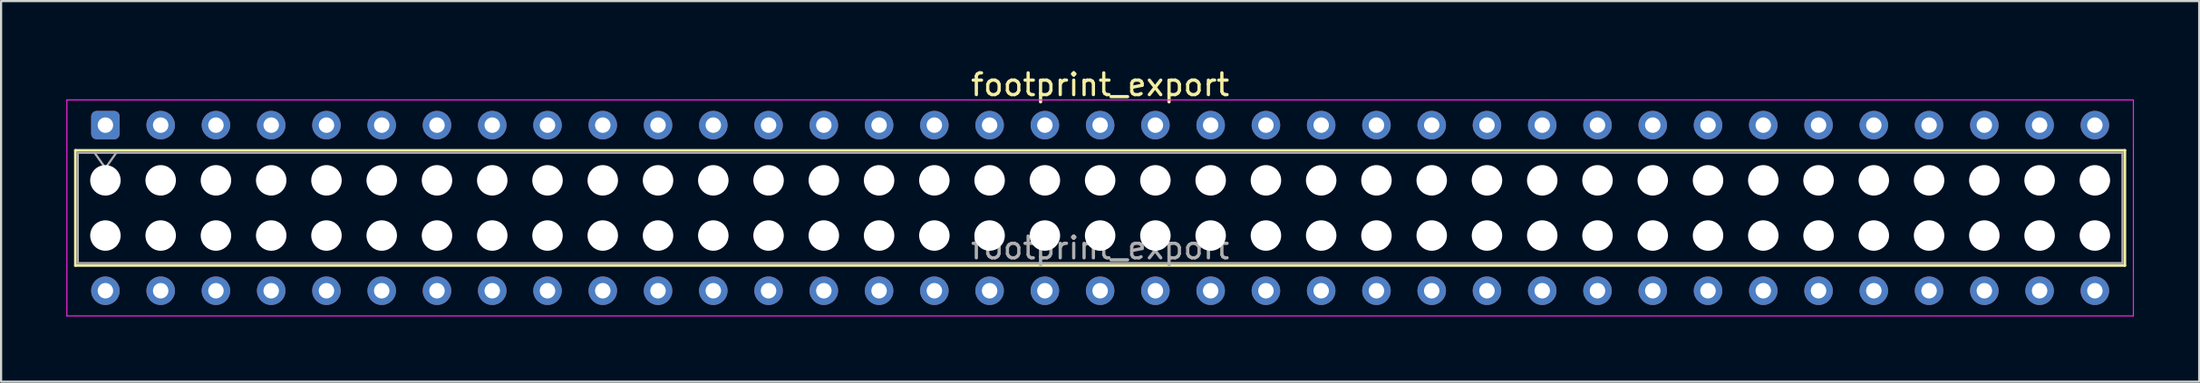
<source format=kicad_pcb>
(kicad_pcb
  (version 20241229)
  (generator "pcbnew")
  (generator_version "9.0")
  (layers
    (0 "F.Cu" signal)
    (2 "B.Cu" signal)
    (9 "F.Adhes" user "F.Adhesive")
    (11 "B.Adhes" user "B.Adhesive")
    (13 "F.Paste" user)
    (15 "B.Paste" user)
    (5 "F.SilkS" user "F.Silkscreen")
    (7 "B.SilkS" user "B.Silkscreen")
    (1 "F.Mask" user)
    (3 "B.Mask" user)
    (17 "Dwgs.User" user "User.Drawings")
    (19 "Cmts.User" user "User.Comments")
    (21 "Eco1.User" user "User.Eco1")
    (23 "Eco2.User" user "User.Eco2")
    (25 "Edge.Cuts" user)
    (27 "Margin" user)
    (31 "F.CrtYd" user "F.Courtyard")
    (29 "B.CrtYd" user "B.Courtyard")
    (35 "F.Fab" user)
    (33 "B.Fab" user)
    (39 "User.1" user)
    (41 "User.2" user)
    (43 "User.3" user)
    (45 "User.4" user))
  (footprint "footprint_export"
    (layer "F.Cu")
    (at 1.795 2.708)
    (property "Reference" "footprint_export" (at 45.72 -1.86 0) (layer "F.SilkS") (effects (font (size 1 1) (thickness 0.15))))
    (attr through_hole)
    (fp_line (start -1.38 1.16) (end 92.82 1.16) (stroke (width 0.12) (type solid)) (layer "F.SilkS"))
    (fp_line (start -1.38 6.46) (end -1.38 1.16) (stroke (width 0.12) (type solid)) (layer "F.SilkS"))
    (fp_line (start 92.82 1.16) (end 92.82 6.46) (stroke (width 0.12) (type solid)) (layer "F.SilkS"))
    (fp_line (start 92.82 6.46) (end -1.38 6.46) (stroke (width 0.12) (type solid)) (layer "F.SilkS"))
    (fp_line (start -1.77 -1.16) (end 93.21 -1.16) (stroke (width 0.05) (type solid)) (layer "F.CrtYd"))
    (fp_line (start -1.77 8.78) (end -1.77 -1.16) (stroke (width 0.05) (type solid)) (layer "F.CrtYd"))
    (fp_line (start 93.21 -1.16) (end 93.21 8.78) (stroke (width 0.05) (type solid)) (layer "F.CrtYd"))
    (fp_line (start 93.21 8.78) (end -1.77 8.78) (stroke (width 0.05) (type solid)) (layer "F.CrtYd"))
    (fp_line (start -1.27 1.27) (end 92.71 1.27) (stroke (width 0.1) (type solid)) (layer "F.Fab"))
    (fp_line (start -1.27 6.35) (end -1.27 1.27) (stroke (width 0.1) (type solid)) (layer "F.Fab"))
    (fp_line (start -0.5 1.27) (end 0 1.977) (stroke (width 0.1) (type solid)) (layer "F.Fab"))
    (fp_line (start 0 1.977) (end 0.5 1.27) (stroke (width 0.1) (type solid)) (layer "F.Fab"))
    (fp_line (start 92.71 1.27) (end 92.71 6.35) (stroke (width 0.1) (type solid)) (layer "F.Fab"))
    (fp_line (start 92.71 6.35) (end -1.27 6.35) (stroke (width 0.1) (type solid)) (layer "F.Fab"))
    (fp_text user "${REFERENCE}" (at 45.72 5.65 0) (layer "F.Fab") (effects (font (size 1 1) (thickness 0.15))))
    (pad "" np_thru_hole circle (at 0 2.54) (size 1.4 1.4) (drill 1.4) (layers "*.Cu" "*.Mask"))
    (pad "" np_thru_hole circle (at 0 5.08) (size 1.4 1.4) (drill 1.4) (layers "*.Cu" "*.Mask"))
    (pad "" np_thru_hole circle (at 2.54 2.54) (size 1.4 1.4) (drill 1.4) (layers "*.Cu" "*.Mask"))
    (pad "" np_thru_hole circle (at 2.54 5.08) (size 1.4 1.4) (drill 1.4) (layers "*.Cu" "*.Mask"))
    (pad "" np_thru_hole circle (at 5.08 2.54) (size 1.4 1.4) (drill 1.4) (layers "*.Cu" "*.Mask"))
    (pad "" np_thru_hole circle (at 5.08 5.08) (size 1.4 1.4) (drill 1.4) (layers "*.Cu" "*.Mask"))
    (pad "" np_thru_hole circle (at 7.62 2.54) (size 1.4 1.4) (drill 1.4) (layers "*.Cu" "*.Mask"))
    (pad "" np_thru_hole circle (at 7.62 5.08) (size 1.4 1.4) (drill 1.4) (layers "*.Cu" "*.Mask"))
    (pad "" np_thru_hole circle (at 10.16 2.54) (size 1.4 1.4) (drill 1.4) (layers "*.Cu" "*.Mask"))
    (pad "" np_thru_hole circle (at 10.16 5.08) (size 1.4 1.4) (drill 1.4) (layers "*.Cu" "*.Mask"))
    (pad "" np_thru_hole circle (at 12.7 2.54) (size 1.4 1.4) (drill 1.4) (layers "*.Cu" "*.Mask"))
    (pad "" np_thru_hole circle (at 12.7 5.08) (size 1.4 1.4) (drill 1.4) (layers "*.Cu" "*.Mask"))
    (pad "" np_thru_hole circle (at 15.24 2.54) (size 1.4 1.4) (drill 1.4) (layers "*.Cu" "*.Mask"))
    (pad "" np_thru_hole circle (at 15.24 5.08) (size 1.4 1.4) (drill 1.4) (layers "*.Cu" "*.Mask"))
    (pad "" np_thru_hole circle (at 17.78 2.54) (size 1.4 1.4) (drill 1.4) (layers "*.Cu" "*.Mask"))
    (pad "" np_thru_hole circle (at 17.78 5.08) (size 1.4 1.4) (drill 1.4) (layers "*.Cu" "*.Mask"))
    (pad "" np_thru_hole circle (at 20.32 2.54) (size 1.4 1.4) (drill 1.4) (layers "*.Cu" "*.Mask"))
    (pad "" np_thru_hole circle (at 20.32 5.08) (size 1.4 1.4) (drill 1.4) (layers "*.Cu" "*.Mask"))
    (pad "" np_thru_hole circle (at 22.86 2.54) (size 1.4 1.4) (drill 1.4) (layers "*.Cu" "*.Mask"))
    (pad "" np_thru_hole circle (at 22.86 5.08) (size 1.4 1.4) (drill 1.4) (layers "*.Cu" "*.Mask"))
    (pad "" np_thru_hole circle (at 25.4 2.54) (size 1.4 1.4) (drill 1.4) (layers "*.Cu" "*.Mask"))
    (pad "" np_thru_hole circle (at 25.4 5.08) (size 1.4 1.4) (drill 1.4) (layers "*.Cu" "*.Mask"))
    (pad "" np_thru_hole circle (at 27.94 2.54) (size 1.4 1.4) (drill 1.4) (layers "*.Cu" "*.Mask"))
    (pad "" np_thru_hole circle (at 27.94 5.08) (size 1.4 1.4) (drill 1.4) (layers "*.Cu" "*.Mask"))
    (pad "" np_thru_hole circle (at 30.48 2.54) (size 1.4 1.4) (drill 1.4) (layers "*.Cu" "*.Mask"))
    (pad "" np_thru_hole circle (at 30.48 5.08) (size 1.4 1.4) (drill 1.4) (layers "*.Cu" "*.Mask"))
    (pad "" np_thru_hole circle (at 33.02 2.54) (size 1.4 1.4) (drill 1.4) (layers "*.Cu" "*.Mask"))
    (pad "" np_thru_hole circle (at 33.02 5.08) (size 1.4 1.4) (drill 1.4) (layers "*.Cu" "*.Mask"))
    (pad "" np_thru_hole circle (at 35.56 2.54) (size 1.4 1.4) (drill 1.4) (layers "*.Cu" "*.Mask"))
    (pad "" np_thru_hole circle (at 35.56 5.08) (size 1.4 1.4) (drill 1.4) (layers "*.Cu" "*.Mask"))
    (pad "" np_thru_hole circle (at 38.1 2.54) (size 1.4 1.4) (drill 1.4) (layers "*.Cu" "*.Mask"))
    (pad "" np_thru_hole circle (at 38.1 5.08) (size 1.4 1.4) (drill 1.4) (layers "*.Cu" "*.Mask"))
    (pad "" np_thru_hole circle (at 40.64 2.54) (size 1.4 1.4) (drill 1.4) (layers "*.Cu" "*.Mask"))
    (pad "" np_thru_hole circle (at 40.64 5.08) (size 1.4 1.4) (drill 1.4) (layers "*.Cu" "*.Mask"))
    (pad "" np_thru_hole circle (at 43.18 2.54) (size 1.4 1.4) (drill 1.4) (layers "*.Cu" "*.Mask"))
    (pad "" np_thru_hole circle (at 43.18 5.08) (size 1.4 1.4) (drill 1.4) (layers "*.Cu" "*.Mask"))
    (pad "" np_thru_hole circle (at 45.72 2.54) (size 1.4 1.4) (drill 1.4) (layers "*.Cu" "*.Mask"))
    (pad "" np_thru_hole circle (at 45.72 5.08) (size 1.4 1.4) (drill 1.4) (layers "*.Cu" "*.Mask"))
    (pad "" np_thru_hole circle (at 48.26 2.54) (size 1.4 1.4) (drill 1.4) (layers "*.Cu" "*.Mask"))
    (pad "" np_thru_hole circle (at 48.26 5.08) (size 1.4 1.4) (drill 1.4) (layers "*.Cu" "*.Mask"))
    (pad "" np_thru_hole circle (at 50.8 2.54) (size 1.4 1.4) (drill 1.4) (layers "*.Cu" "*.Mask"))
    (pad "" np_thru_hole circle (at 50.8 5.08) (size 1.4 1.4) (drill 1.4) (layers "*.Cu" "*.Mask"))
    (pad "" np_thru_hole circle (at 53.34 2.54) (size 1.4 1.4) (drill 1.4) (layers "*.Cu" "*.Mask"))
    (pad "" np_thru_hole circle (at 53.34 5.08) (size 1.4 1.4) (drill 1.4) (layers "*.Cu" "*.Mask"))
    (pad "" np_thru_hole circle (at 55.88 2.54) (size 1.4 1.4) (drill 1.4) (layers "*.Cu" "*.Mask"))
    (pad "" np_thru_hole circle (at 55.88 5.08) (size 1.4 1.4) (drill 1.4) (layers "*.Cu" "*.Mask"))
    (pad "" np_thru_hole circle (at 58.42 2.54) (size 1.4 1.4) (drill 1.4) (layers "*.Cu" "*.Mask"))
    (pad "" np_thru_hole circle (at 58.42 5.08) (size 1.4 1.4) (drill 1.4) (layers "*.Cu" "*.Mask"))
    (pad "" np_thru_hole circle (at 60.96 2.54) (size 1.4 1.4) (drill 1.4) (layers "*.Cu" "*.Mask"))
    (pad "" np_thru_hole circle (at 60.96 5.08) (size 1.4 1.4) (drill 1.4) (layers "*.Cu" "*.Mask"))
    (pad "" np_thru_hole circle (at 63.5 2.54) (size 1.4 1.4) (drill 1.4) (layers "*.Cu" "*.Mask"))
    (pad "" np_thru_hole circle (at 63.5 5.08) (size 1.4 1.4) (drill 1.4) (layers "*.Cu" "*.Mask"))
    (pad "" np_thru_hole circle (at 66.04 2.54) (size 1.4 1.4) (drill 1.4) (layers "*.Cu" "*.Mask"))
    (pad "" np_thru_hole circle (at 66.04 5.08) (size 1.4 1.4) (drill 1.4) (layers "*.Cu" "*.Mask"))
    (pad "" np_thru_hole circle (at 68.58 2.54) (size 1.4 1.4) (drill 1.4) (layers "*.Cu" "*.Mask"))
    (pad "" np_thru_hole circle (at 68.58 5.08) (size 1.4 1.4) (drill 1.4) (layers "*.Cu" "*.Mask"))
    (pad "" np_thru_hole circle (at 71.12 2.54) (size 1.4 1.4) (drill 1.4) (layers "*.Cu" "*.Mask"))
    (pad "" np_thru_hole circle (at 71.12 5.08) (size 1.4 1.4) (drill 1.4) (layers "*.Cu" "*.Mask"))
    (pad "" np_thru_hole circle (at 73.66 2.54) (size 1.4 1.4) (drill 1.4) (layers "*.Cu" "*.Mask"))
    (pad "" np_thru_hole circle (at 73.66 5.08) (size 1.4 1.4) (drill 1.4) (layers "*.Cu" "*.Mask"))
    (pad "" np_thru_hole circle (at 76.2 2.54) (size 1.4 1.4) (drill 1.4) (layers "*.Cu" "*.Mask"))
    (pad "" np_thru_hole circle (at 76.2 5.08) (size 1.4 1.4) (drill 1.4) (layers "*.Cu" "*.Mask"))
    (pad "" np_thru_hole circle (at 78.74 2.54) (size 1.4 1.4) (drill 1.4) (layers "*.Cu" "*.Mask"))
    (pad "" np_thru_hole circle (at 78.74 5.08) (size 1.4 1.4) (drill 1.4) (layers "*.Cu" "*.Mask"))
    (pad "" np_thru_hole circle (at 81.28 2.54) (size 1.4 1.4) (drill 1.4) (layers "*.Cu" "*.Mask"))
    (pad "" np_thru_hole circle (at 81.28 5.08) (size 1.4 1.4) (drill 1.4) (layers "*.Cu" "*.Mask"))
    (pad "" np_thru_hole circle (at 83.82 2.54) (size 1.4 1.4) (drill 1.4) (layers "*.Cu" "*.Mask"))
    (pad "" np_thru_hole circle (at 83.82 5.08) (size 1.4 1.4) (drill 1.4) (layers "*.Cu" "*.Mask"))
    (pad "" np_thru_hole circle (at 86.36 2.54) (size 1.4 1.4) (drill 1.4) (layers "*.Cu" "*.Mask"))
    (pad "" np_thru_hole circle (at 86.36 5.08) (size 1.4 1.4) (drill 1.4) (layers "*.Cu" "*.Mask"))
    (pad "" np_thru_hole circle (at 88.9 2.54) (size 1.4 1.4) (drill 1.4) (layers "*.Cu" "*.Mask"))
    (pad "" np_thru_hole circle (at 88.9 5.08) (size 1.4 1.4) (drill 1.4) (layers "*.Cu" "*.Mask"))
    (pad "" np_thru_hole circle (at 91.44 2.54) (size 1.4 1.4) (drill 1.4) (layers "*.Cu" "*.Mask"))
    (pad "" np_thru_hole circle (at 91.44 5.08) (size 1.4 1.4) (drill 1.4) (layers "*.Cu" "*.Mask"))
    (pad "1" thru_hole roundrect (at 0 0) (size 1.31 1.31) (drill 0.71) (layers "*.Cu" "*.Mask") (roundrect_rratio 0.191))
    (pad "2" thru_hole circle (at 0 7.62) (size 1.31 1.31) (drill 0.71) (layers "*.Cu" "*.Mask"))
    (pad "3" thru_hole circle (at 2.54 0) (size 1.31 1.31) (drill 0.71) (layers "*.Cu" "*.Mask"))
    (pad "4" thru_hole circle (at 2.54 7.62) (size 1.31 1.31) (drill 0.71) (layers "*.Cu" "*.Mask"))
    (pad "5" thru_hole circle (at 5.08 0) (size 1.31 1.31) (drill 0.71) (layers "*.Cu" "*.Mask"))
    (pad "6" thru_hole circle (at 5.08 7.62) (size 1.31 1.31) (drill 0.71) (layers "*.Cu" "*.Mask"))
    (pad "7" thru_hole circle (at 7.62 0) (size 1.31 1.31) (drill 0.71) (layers "*.Cu" "*.Mask"))
    (pad "8" thru_hole circle (at 7.62 7.62) (size 1.31 1.31) (drill 0.71) (layers "*.Cu" "*.Mask"))
    (pad "9" thru_hole circle (at 10.16 0) (size 1.31 1.31) (drill 0.71) (layers "*.Cu" "*.Mask"))
    (pad "10" thru_hole circle (at 10.16 7.62) (size 1.31 1.31) (drill 0.71) (layers "*.Cu" "*.Mask"))
    (pad "11" thru_hole circle (at 12.7 0) (size 1.31 1.31) (drill 0.71) (layers "*.Cu" "*.Mask"))
    (pad "12" thru_hole circle (at 12.7 7.62) (size 1.31 1.31) (drill 0.71) (layers "*.Cu" "*.Mask"))
    (pad "13" thru_hole circle (at 15.24 0) (size 1.31 1.31) (drill 0.71) (layers "*.Cu" "*.Mask"))
    (pad "14" thru_hole circle (at 15.24 7.62) (size 1.31 1.31) (drill 0.71) (layers "*.Cu" "*.Mask"))
    (pad "15" thru_hole circle (at 17.78 0) (size 1.31 1.31) (drill 0.71) (layers "*.Cu" "*.Mask"))
    (pad "16" thru_hole circle (at 17.78 7.62) (size 1.31 1.31) (drill 0.71) (layers "*.Cu" "*.Mask"))
    (pad "17" thru_hole circle (at 20.32 0) (size 1.31 1.31) (drill 0.71) (layers "*.Cu" "*.Mask"))
    (pad "18" thru_hole circle (at 20.32 7.62) (size 1.31 1.31) (drill 0.71) (layers "*.Cu" "*.Mask"))
    (pad "19" thru_hole circle (at 22.86 0) (size 1.31 1.31) (drill 0.71) (layers "*.Cu" "*.Mask"))
    (pad "20" thru_hole circle (at 22.86 7.62) (size 1.31 1.31) (drill 0.71) (layers "*.Cu" "*.Mask"))
    (pad "21" thru_hole circle (at 25.4 0) (size 1.31 1.31) (drill 0.71) (layers "*.Cu" "*.Mask"))
    (pad "22" thru_hole circle (at 25.4 7.62) (size 1.31 1.31) (drill 0.71) (layers "*.Cu" "*.Mask"))
    (pad "23" thru_hole circle (at 27.94 0) (size 1.31 1.31) (drill 0.71) (layers "*.Cu" "*.Mask"))
    (pad "24" thru_hole circle (at 27.94 7.62) (size 1.31 1.31) (drill 0.71) (layers "*.Cu" "*.Mask"))
    (pad "25" thru_hole circle (at 30.48 0) (size 1.31 1.31) (drill 0.71) (layers "*.Cu" "*.Mask"))
    (pad "26" thru_hole circle (at 30.48 7.62) (size 1.31 1.31) (drill 0.71) (layers "*.Cu" "*.Mask"))
    (pad "27" thru_hole circle (at 33.02 0) (size 1.31 1.31) (drill 0.71) (layers "*.Cu" "*.Mask"))
    (pad "28" thru_hole circle (at 33.02 7.62) (size 1.31 1.31) (drill 0.71) (layers "*.Cu" "*.Mask"))
    (pad "29" thru_hole circle (at 35.56 0) (size 1.31 1.31) (drill 0.71) (layers "*.Cu" "*.Mask"))
    (pad "30" thru_hole circle (at 35.56 7.62) (size 1.31 1.31) (drill 0.71) (layers "*.Cu" "*.Mask"))
    (pad "31" thru_hole circle (at 38.1 0) (size 1.31 1.31) (drill 0.71) (layers "*.Cu" "*.Mask"))
    (pad "32" thru_hole circle (at 38.1 7.62) (size 1.31 1.31) (drill 0.71) (layers "*.Cu" "*.Mask"))
    (pad "33" thru_hole circle (at 40.64 0) (size 1.31 1.31) (drill 0.71) (layers "*.Cu" "*.Mask"))
    (pad "34" thru_hole circle (at 40.64 7.62) (size 1.31 1.31) (drill 0.71) (layers "*.Cu" "*.Mask"))
    (pad "35" thru_hole circle (at 43.18 0) (size 1.31 1.31) (drill 0.71) (layers "*.Cu" "*.Mask"))
    (pad "36" thru_hole circle (at 43.18 7.62) (size 1.31 1.31) (drill 0.71) (layers "*.Cu" "*.Mask"))
    (pad "37" thru_hole circle (at 45.72 0) (size 1.31 1.31) (drill 0.71) (layers "*.Cu" "*.Mask"))
    (pad "38" thru_hole circle (at 45.72 7.62) (size 1.31 1.31) (drill 0.71) (layers "*.Cu" "*.Mask"))
    (pad "39" thru_hole circle (at 48.26 0) (size 1.31 1.31) (drill 0.71) (layers "*.Cu" "*.Mask"))
    (pad "40" thru_hole circle (at 48.26 7.62) (size 1.31 1.31) (drill 0.71) (layers "*.Cu" "*.Mask"))
    (pad "41" thru_hole circle (at 50.8 0) (size 1.31 1.31) (drill 0.71) (layers "*.Cu" "*.Mask"))
    (pad "42" thru_hole circle (at 50.8 7.62) (size 1.31 1.31) (drill 0.71) (layers "*.Cu" "*.Mask"))
    (pad "43" thru_hole circle (at 53.34 0) (size 1.31 1.31) (drill 0.71) (layers "*.Cu" "*.Mask"))
    (pad "44" thru_hole circle (at 53.34 7.62) (size 1.31 1.31) (drill 0.71) (layers "*.Cu" "*.Mask"))
    (pad "45" thru_hole circle (at 55.88 0) (size 1.31 1.31) (drill 0.71) (layers "*.Cu" "*.Mask"))
    (pad "46" thru_hole circle (at 55.88 7.62) (size 1.31 1.31) (drill 0.71) (layers "*.Cu" "*.Mask"))
    (pad "47" thru_hole circle (at 58.42 0) (size 1.31 1.31) (drill 0.71) (layers "*.Cu" "*.Mask"))
    (pad "48" thru_hole circle (at 58.42 7.62) (size 1.31 1.31) (drill 0.71) (layers "*.Cu" "*.Mask"))
    (pad "49" thru_hole circle (at 60.96 0) (size 1.31 1.31) (drill 0.71) (layers "*.Cu" "*.Mask"))
    (pad "50" thru_hole circle (at 60.96 7.62) (size 1.31 1.31) (drill 0.71) (layers "*.Cu" "*.Mask"))
    (pad "51" thru_hole circle (at 63.5 0) (size 1.31 1.31) (drill 0.71) (layers "*.Cu" "*.Mask"))
    (pad "52" thru_hole circle (at 63.5 7.62) (size 1.31 1.31) (drill 0.71) (layers "*.Cu" "*.Mask"))
    (pad "53" thru_hole circle (at 66.04 0) (size 1.31 1.31) (drill 0.71) (layers "*.Cu" "*.Mask"))
    (pad "54" thru_hole circle (at 66.04 7.62) (size 1.31 1.31) (drill 0.71) (layers "*.Cu" "*.Mask"))
    (pad "55" thru_hole circle (at 68.58 0) (size 1.31 1.31) (drill 0.71) (layers "*.Cu" "*.Mask"))
    (pad "56" thru_hole circle (at 68.58 7.62) (size 1.31 1.31) (drill 0.71) (layers "*.Cu" "*.Mask"))
    (pad "57" thru_hole circle (at 71.12 0) (size 1.31 1.31) (drill 0.71) (layers "*.Cu" "*.Mask"))
    (pad "58" thru_hole circle (at 71.12 7.62) (size 1.31 1.31) (drill 0.71) (layers "*.Cu" "*.Mask"))
    (pad "59" thru_hole circle (at 73.66 0) (size 1.31 1.31) (drill 0.71) (layers "*.Cu" "*.Mask"))
    (pad "60" thru_hole circle (at 73.66 7.62) (size 1.31 1.31) (drill 0.71) (layers "*.Cu" "*.Mask"))
    (pad "61" thru_hole circle (at 76.2 0) (size 1.31 1.31) (drill 0.71) (layers "*.Cu" "*.Mask"))
    (pad "62" thru_hole circle (at 76.2 7.62) (size 1.31 1.31) (drill 0.71) (layers "*.Cu" "*.Mask"))
    (pad "63" thru_hole circle (at 78.74 0) (size 1.31 1.31) (drill 0.71) (layers "*.Cu" "*.Mask"))
    (pad "64" thru_hole circle (at 78.74 7.62) (size 1.31 1.31) (drill 0.71) (layers "*.Cu" "*.Mask"))
    (pad "65" thru_hole circle (at 81.28 0) (size 1.31 1.31) (drill 0.71) (layers "*.Cu" "*.Mask"))
    (pad "66" thru_hole circle (at 81.28 7.62) (size 1.31 1.31) (drill 0.71) (layers "*.Cu" "*.Mask"))
    (pad "67" thru_hole circle (at 83.82 0) (size 1.31 1.31) (drill 0.71) (layers "*.Cu" "*.Mask"))
    (pad "68" thru_hole circle (at 83.82 7.62) (size 1.31 1.31) (drill 0.71) (layers "*.Cu" "*.Mask"))
    (pad "69" thru_hole circle (at 86.36 0) (size 1.31 1.31) (drill 0.71) (layers "*.Cu" "*.Mask"))
    (pad "70" thru_hole circle (at 86.36 7.62) (size 1.31 1.31) (drill 0.71) (layers "*.Cu" "*.Mask"))
    (pad "71" thru_hole circle (at 88.9 0) (size 1.31 1.31) (drill 0.71) (layers "*.Cu" "*.Mask"))
    (pad "72" thru_hole circle (at 88.9 7.62) (size 1.31 1.31) (drill 0.71) (layers "*.Cu" "*.Mask"))
    (pad "73" thru_hole circle (at 91.44 0) (size 1.31 1.31) (drill 0.71) (layers "*.Cu" "*.Mask"))
    (pad "74" thru_hole circle (at 91.44 7.62) (size 1.31 1.31) (drill 0.71) (layers "*.Cu" "*.Mask")))
  (gr_rect
    (start -3 -3)
    (end 98.03 14.513)
    (stroke (width 0.1) (type default))
    (fill no)
    (layer "Edge.Cuts")))
</source>
